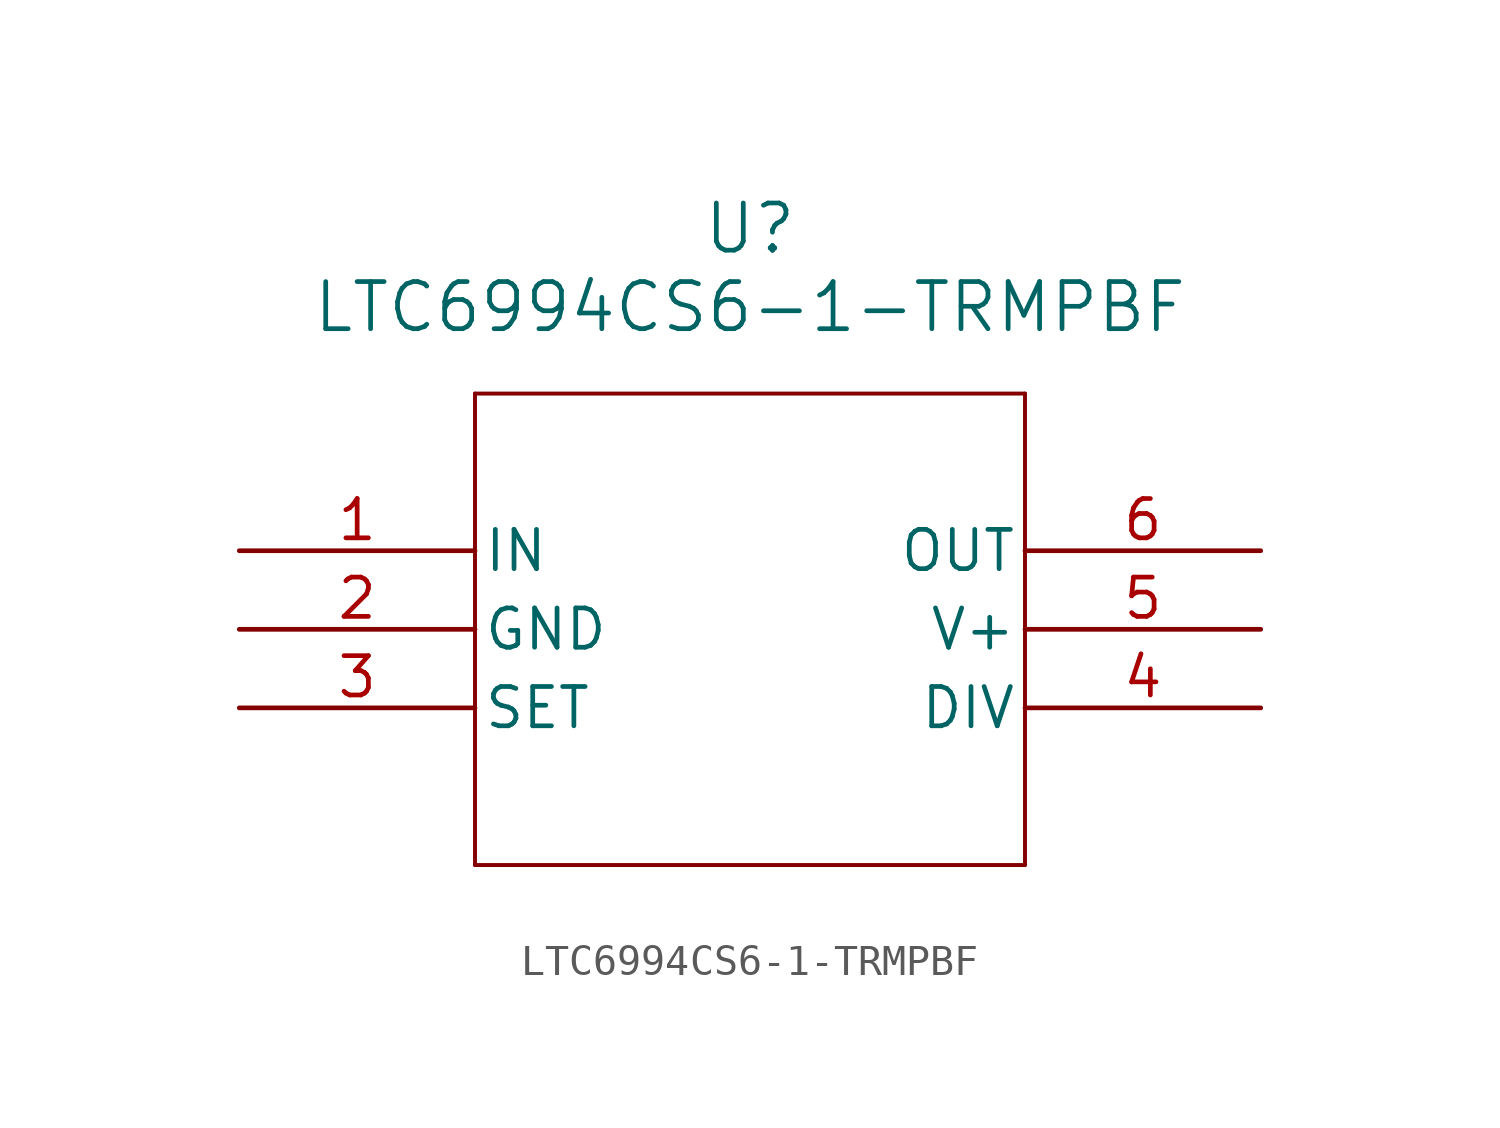
<source format=kicad_sym>
(kicad_symbol_lib
  (version 20231120)
  (generator "kicad_symbol_editor")
  (generator_version "8.0")
  (symbol "LTC6994CS6-1-TRMPBF"
    (pin_names
      (offset 0.254))
    (property "Reference" "U"
      (at 16.51 10.414 0)
      (effects (font (size 1.524 1.524))))
    (property "Value" "LTC6994CS6-1-TRMPBF"
      (at 16.51 7.874 0)
      (effects (font (size 1.524 1.524))))
    (property "ki_locked" ""
      (at 0 0 0)
      (effects (font (size 1.27 1.27))))
    (symbol "LTC6994CS6-1-TRMPBF_0_1"
      (polyline (pts (xy 7.62 -10.16) (xy 25.4 -10.16)) (stroke (width 0.127) (type default)) (fill (type none)))
      (polyline (pts (xy 7.62 5.08) (xy 7.62 -10.16)) (stroke (width 0.127) (type default)) (fill (type none)))
      (polyline (pts (xy 25.4 -10.16) (xy 25.4 5.08)) (stroke (width 0.127) (type default)) (fill (type none)))
      (polyline (pts (xy 25.4 5.08) (xy 7.62 5.08)) (stroke (width 0.127) (type default)) (fill (type none)))
      (pin input line (at 0 0 0) (length 7.62) (name "IN" (effects (font (size 1.27 1.27)))) (number "1" (effects (font (size 1.27 1.27)))))
      (pin power_in line (at 0 -2.54 0) (length 7.62) (name "GND" (effects (font (size 1.27 1.27)))) (number "2" (effects (font (size 1.27 1.27)))))
      (pin input line (at 0 -5.08 0) (length 7.62) (name "SET" (effects (font (size 1.27 1.27)))) (number "3" (effects (font (size 1.27 1.27)))))
      (pin input line (at 33.02 -5.08 180) (length 7.62) (name "DIV" (effects (font (size 1.27 1.27)))) (number "4" (effects (font (size 1.27 1.27)))))
      (pin power_in line (at 33.02 -2.54 180) (length 7.62) (name "V+" (effects (font (size 1.27 1.27)))) (number "5" (effects (font (size 1.27 1.27)))))
      (pin output line (at 33.02 0 180) (length 7.62) (name "OUT" (effects (font (size 1.27 1.27)))) (number "6" (effects (font (size 1.27 1.27))))))))
</source>
